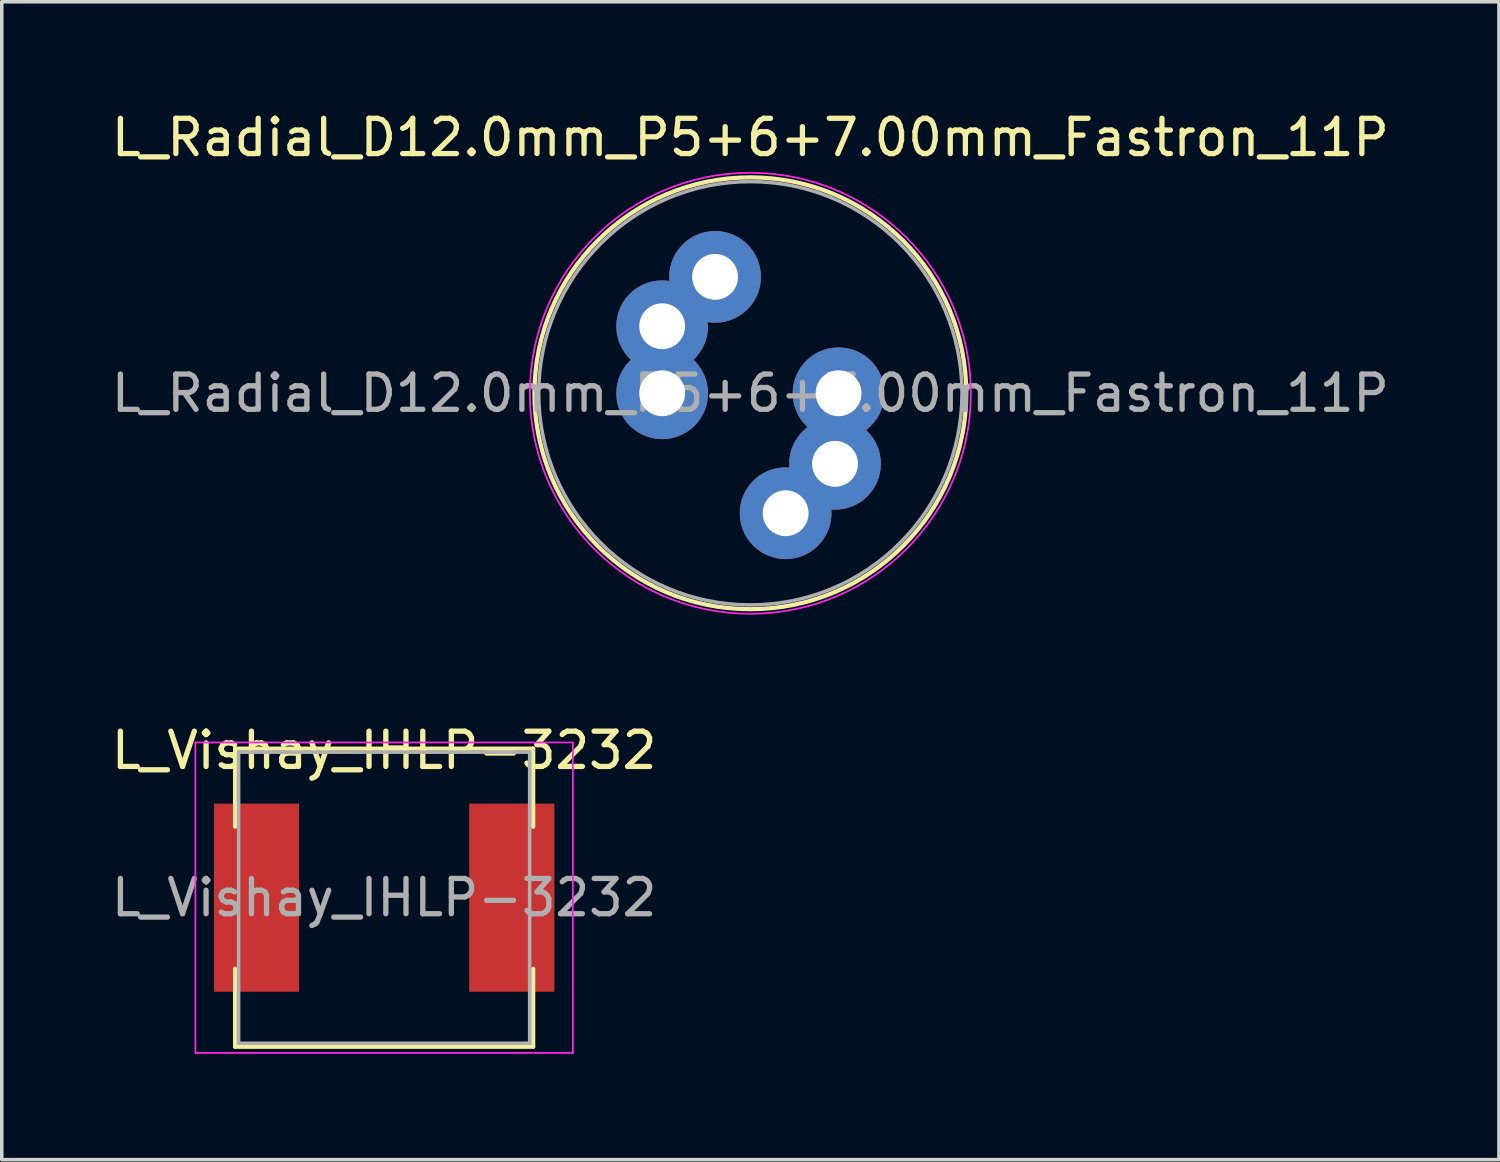
<source format=kicad_pcb>
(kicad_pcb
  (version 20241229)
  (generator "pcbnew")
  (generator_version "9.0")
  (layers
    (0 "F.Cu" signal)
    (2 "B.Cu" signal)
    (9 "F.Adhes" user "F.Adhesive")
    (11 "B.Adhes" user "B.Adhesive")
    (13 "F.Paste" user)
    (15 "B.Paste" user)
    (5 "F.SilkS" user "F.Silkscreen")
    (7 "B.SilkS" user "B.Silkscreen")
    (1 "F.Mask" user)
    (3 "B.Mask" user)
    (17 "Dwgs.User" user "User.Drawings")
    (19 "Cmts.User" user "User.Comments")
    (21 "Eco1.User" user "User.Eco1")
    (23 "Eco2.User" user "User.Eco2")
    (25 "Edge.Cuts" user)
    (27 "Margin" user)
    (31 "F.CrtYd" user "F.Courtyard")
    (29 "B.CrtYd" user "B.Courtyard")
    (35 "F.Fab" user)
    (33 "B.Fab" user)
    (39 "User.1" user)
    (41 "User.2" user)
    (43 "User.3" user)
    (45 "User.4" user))
  (footprint "L_Vishay_IHLP-3232"
    (layer "F.Cu")
    (at 7.839 22.396)
    (property "Reference" "L_Vishay_IHLP-3232" (at 0 -4.175 0) (layer "F.SilkS") (effects (font (size 1 1) (thickness 0.15))))
    (attr smd)
    (fp_line (start -4.225 -4.225) (end 4.225 -4.225) (stroke (width 0.12) (type solid)) (layer "F.SilkS"))
    (fp_line (start -4.225 -2.014) (end -4.225 -4.225) (stroke (width 0.12) (type solid)) (layer "F.SilkS"))
    (fp_line (start -4.225 2.014) (end -4.225 4.225) (stroke (width 0.12) (type solid)) (layer "F.SilkS"))
    (fp_line (start -4.225 4.225) (end 4.225 4.225) (stroke (width 0.12) (type solid)) (layer "F.SilkS"))
    (fp_line (start 4.225 -4.225) (end 4.225 -2.014) (stroke (width 0.12) (type solid)) (layer "F.SilkS"))
    (fp_line (start 4.225 4.225) (end 4.225 2.014) (stroke (width 0.12) (type solid)) (layer "F.SilkS"))
    (fp_line (start -5.35 -4.4) (end -5.35 4.4) (stroke (width 0.05) (type solid)) (layer "F.CrtYd"))
    (fp_line (start -5.35 4.4) (end 5.35 4.4) (stroke (width 0.05) (type solid)) (layer "F.CrtYd"))
    (fp_line (start 5.35 -4.4) (end -5.35 -4.4) (stroke (width 0.05) (type solid)) (layer "F.CrtYd"))
    (fp_line (start 5.35 4.4) (end 5.35 -4.4) (stroke (width 0.05) (type solid)) (layer "F.CrtYd"))
    (fp_line (start -4.125 -4.125) (end -4.125 4.125) (stroke (width 0.1) (type solid)) (layer "F.Fab"))
    (fp_line (start -4.125 4.125) (end 4.125 4.125) (stroke (width 0.1) (type solid)) (layer "F.Fab"))
    (fp_line (start 4.125 -4.125) (end -4.125 -4.125) (stroke (width 0.1) (type solid)) (layer "F.Fab"))
    (fp_line (start 4.125 4.125) (end 4.125 -4.125) (stroke (width 0.1) (type solid)) (layer "F.Fab"))
    (fp_text user "${REFERENCE}" (at 0 0 0) (layer "F.Fab") (effects (font (size 1 1) (thickness 0.15))))
    (pad "1" smd rect (at -3.619 0) (size 2.413 5.334) (layers "F.Cu" "F.Mask" "F.Paste"))
    (pad "2" smd rect (at 3.619 0) (size 2.413 5.334) (layers "F.Cu" "F.Mask" "F.Paste")))
  (footprint "L_Radial_D12.0mm_P5+6+7.00mm_Fastron_11P"
    (layer "F.Cu")
    (at 15.72 8.098)
    (property "Reference" "L_Radial_D12.0mm_P5+6+7.00mm_Fastron_11P" (at 2.5 -7.25 0) (layer "F.SilkS") (effects (font (size 1 1) (thickness 0.15))))
    (attr through_hole)
    (fp_circle (center 2.5 0) (end 8.62 0) (stroke (width 0.12) (type solid)) (fill no) (layer "F.SilkS"))
    (fp_circle (center 2.5 0) (end 8.75 0) (stroke (width 0.05) (type solid)) (fill no) (layer "F.CrtYd"))
    (fp_circle (center 2.5 0) (end 8.5 0) (stroke (width 0.1) (type solid)) (fill no) (layer "F.Fab"))
    (fp_text user "${REFERENCE}" (at 2.5 0 0) (layer "F.Fab") (effects (font (size 1 1) (thickness 0.15))))
    (pad "1" thru_hole circle (at 0 -1.9) (size 2.6 2.6) (drill 1.3) (layers "*.Cu" "*.Mask"))
    (pad "1" thru_hole circle (at 0 0) (size 2.6 2.6) (drill 1.3) (layers "*.Cu" "*.Mask"))
    (pad "1" thru_hole circle (at 1.5 -3.3) (size 2.6 2.6) (drill 1.3) (layers "*.Cu" "*.Mask"))
    (pad "2" thru_hole circle (at 3.5 3.4) (size 2.6 2.6) (drill 1.3) (layers "*.Cu" "*.Mask"))
    (pad "2" thru_hole circle (at 4.9 2) (size 2.6 2.6) (drill 1.3) (layers "*.Cu" "*.Mask"))
    (pad "2" thru_hole circle (at 5 0) (size 2.6 2.6) (drill 1.3) (layers "*.Cu" "*.Mask")))
  (gr_rect
    (start -3 -3)
    (end 39.44 29.822)
    (stroke (width 0.1) (type default))
    (fill no)
    (layer "Edge.Cuts")))
</source>
